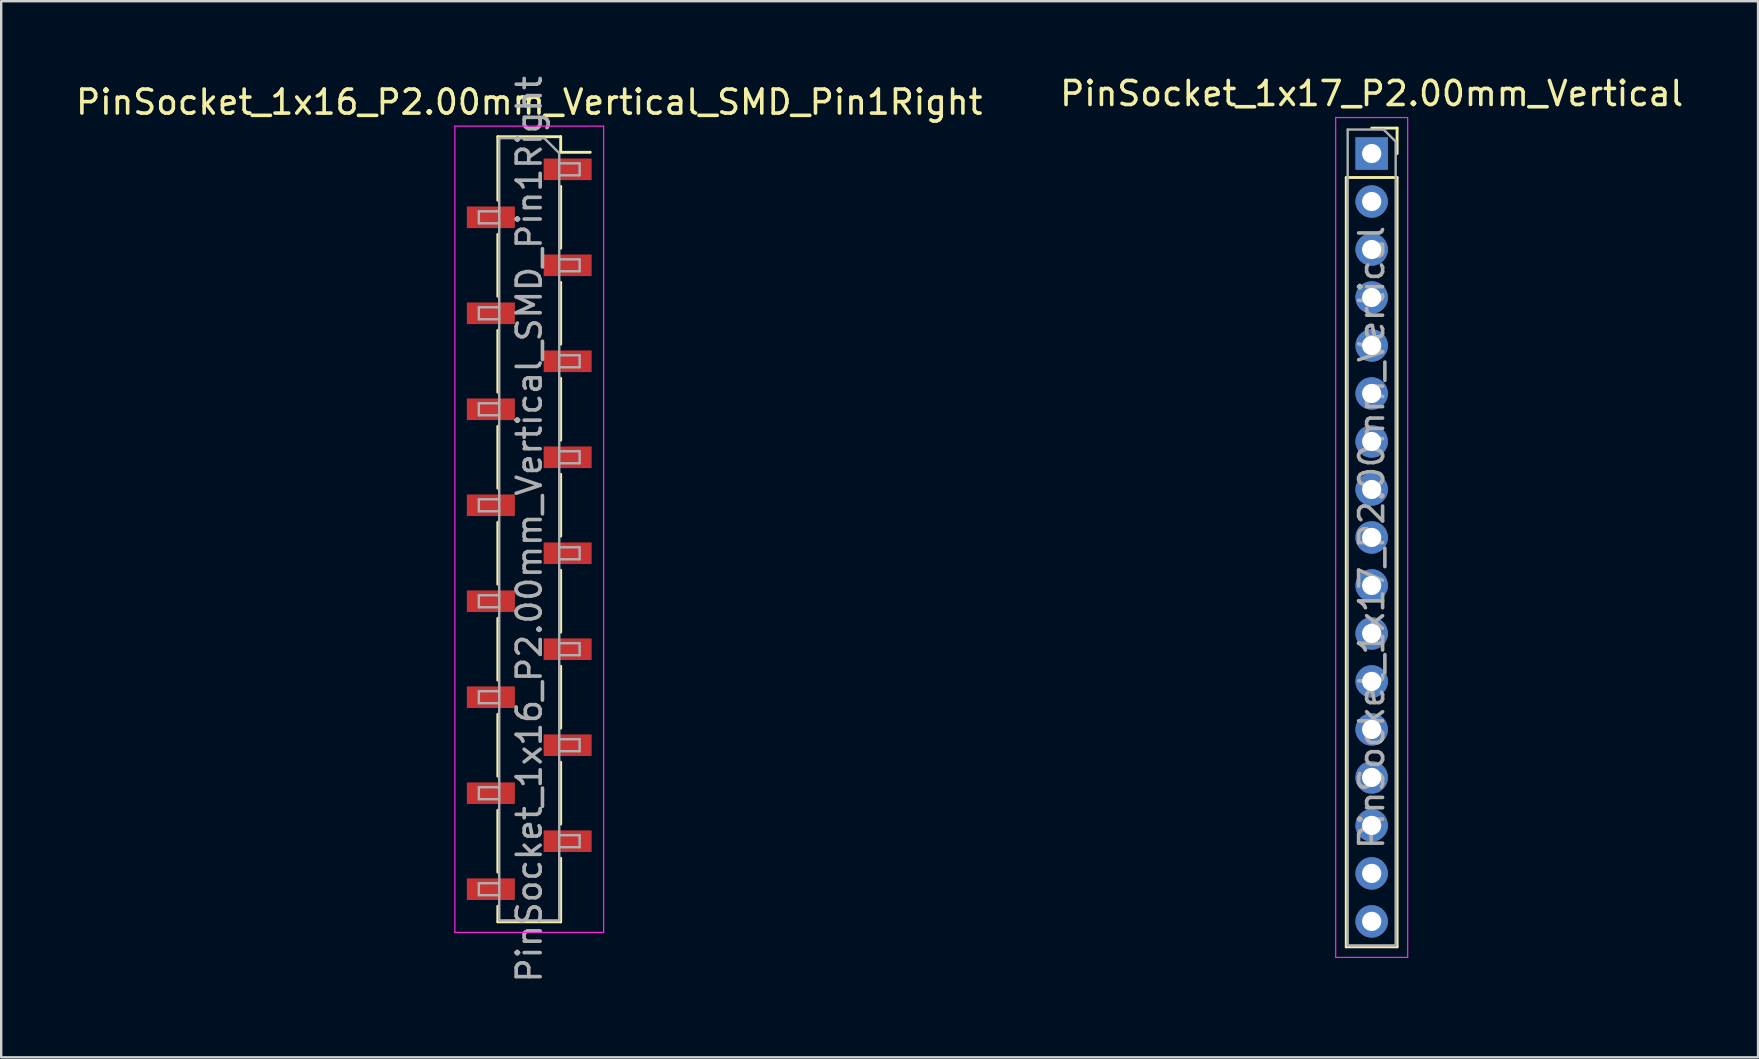
<source format=kicad_pcb>
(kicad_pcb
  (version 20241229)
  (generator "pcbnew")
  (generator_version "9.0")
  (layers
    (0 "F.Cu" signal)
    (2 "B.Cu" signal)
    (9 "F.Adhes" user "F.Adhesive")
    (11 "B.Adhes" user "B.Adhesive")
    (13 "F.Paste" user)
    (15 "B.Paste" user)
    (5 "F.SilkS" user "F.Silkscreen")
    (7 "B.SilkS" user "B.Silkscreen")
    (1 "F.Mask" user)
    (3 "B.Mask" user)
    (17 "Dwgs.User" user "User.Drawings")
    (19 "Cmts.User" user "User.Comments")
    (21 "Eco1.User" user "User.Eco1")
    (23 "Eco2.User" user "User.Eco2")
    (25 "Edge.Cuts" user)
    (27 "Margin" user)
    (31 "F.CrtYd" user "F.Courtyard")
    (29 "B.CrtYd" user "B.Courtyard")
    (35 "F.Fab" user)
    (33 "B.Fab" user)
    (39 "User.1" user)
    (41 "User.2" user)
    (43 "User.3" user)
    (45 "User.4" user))
  (footprint "PinSocket_1x17_P2.00mm_Vertical"
    (layer "F.Cu")
    (at 54.113 3.348)
    (property "Reference" "PinSocket_1x17_P2.00mm_Vertical" (at 0 -2.5 0) (layer "F.SilkS") (effects (font (size 1 1) (thickness 0.15))))
    (attr through_hole)
    (fp_line (start -1.06 1) (end -1.06 33.06) (stroke (width 0.12) (type solid)) (layer "F.SilkS"))
    (fp_line (start -1.06 1) (end 1.06 1) (stroke (width 0.12) (type solid)) (layer "F.SilkS"))
    (fp_line (start -1.06 33.06) (end 1.06 33.06) (stroke (width 0.12) (type solid)) (layer "F.SilkS"))
    (fp_line (start 0 -1.06) (end 1.06 -1.06) (stroke (width 0.12) (type solid)) (layer "F.SilkS"))
    (fp_line (start 1.06 -1.06) (end 1.06 0) (stroke (width 0.12) (type solid)) (layer "F.SilkS"))
    (fp_line (start 1.06 1) (end 1.06 33.06) (stroke (width 0.12) (type solid)) (layer "F.SilkS"))
    (fp_line (start -1.5 -1.5) (end 1.5 -1.5) (stroke (width 0.05) (type solid)) (layer "F.CrtYd"))
    (fp_line (start -1.5 33.5) (end -1.5 -1.5) (stroke (width 0.05) (type solid)) (layer "F.CrtYd"))
    (fp_line (start 1.5 -1.5) (end 1.5 33.5) (stroke (width 0.05) (type solid)) (layer "F.CrtYd"))
    (fp_line (start 1.5 33.5) (end -1.5 33.5) (stroke (width 0.05) (type solid)) (layer "F.CrtYd"))
    (fp_line (start -1 -1) (end 0.5 -1) (stroke (width 0.1) (type solid)) (layer "F.Fab"))
    (fp_line (start -1 33) (end -1 -1) (stroke (width 0.1) (type solid)) (layer "F.Fab"))
    (fp_line (start 0.5 -1) (end 1 -0.5) (stroke (width 0.1) (type solid)) (layer "F.Fab"))
    (fp_line (start 1 -0.5) (end 1 33) (stroke (width 0.1) (type solid)) (layer "F.Fab"))
    (fp_line (start 1 33) (end -1 33) (stroke (width 0.1) (type solid)) (layer "F.Fab"))
    (fp_text user "${REFERENCE}" (at 0 16 90) (layer "F.Fab") (effects (font (size 1 1) (thickness 0.15))))
    (pad "1" thru_hole rect (at 0 0) (size 1.35 1.35) (drill 0.8) (layers "*.Cu" "*.Mask"))
    (pad "2" thru_hole oval (at 0 2) (size 1.35 1.35) (drill 0.8) (layers "*.Cu" "*.Mask"))
    (pad "3" thru_hole oval (at 0 4) (size 1.35 1.35) (drill 0.8) (layers "*.Cu" "*.Mask"))
    (pad "4" thru_hole oval (at 0 6) (size 1.35 1.35) (drill 0.8) (layers "*.Cu" "*.Mask"))
    (pad "5" thru_hole oval (at 0 8) (size 1.35 1.35) (drill 0.8) (layers "*.Cu" "*.Mask"))
    (pad "6" thru_hole oval (at 0 10) (size 1.35 1.35) (drill 0.8) (layers "*.Cu" "*.Mask"))
    (pad "7" thru_hole oval (at 0 12) (size 1.35 1.35) (drill 0.8) (layers "*.Cu" "*.Mask"))
    (pad "8" thru_hole oval (at 0 14) (size 1.35 1.35) (drill 0.8) (layers "*.Cu" "*.Mask"))
    (pad "9" thru_hole oval (at 0 16) (size 1.35 1.35) (drill 0.8) (layers "*.Cu" "*.Mask"))
    (pad "10" thru_hole oval (at 0 18) (size 1.35 1.35) (drill 0.8) (layers "*.Cu" "*.Mask"))
    (pad "11" thru_hole oval (at 0 20) (size 1.35 1.35) (drill 0.8) (layers "*.Cu" "*.Mask"))
    (pad "12" thru_hole oval (at 0 22) (size 1.35 1.35) (drill 0.8) (layers "*.Cu" "*.Mask"))
    (pad "13" thru_hole oval (at 0 24) (size 1.35 1.35) (drill 0.8) (layers "*.Cu" "*.Mask"))
    (pad "14" thru_hole oval (at 0 26) (size 1.35 1.35) (drill 0.8) (layers "*.Cu" "*.Mask"))
    (pad "15" thru_hole oval (at 0 28) (size 1.35 1.35) (drill 0.8) (layers "*.Cu" "*.Mask"))
    (pad "16" thru_hole oval (at 0 30) (size 1.35 1.35) (drill 0.8) (layers "*.Cu" "*.Mask"))
    (pad "17" thru_hole oval (at 0 32) (size 1.35 1.35) (drill 0.8) (layers "*.Cu" "*.Mask")))
  (footprint "PinSocket_1x16_P2.00mm_Vertical_SMD_Pin1Right"
    (layer "F.Cu")
    (at 19.006 19.006)
    (property "Reference" "PinSocket_1x16_P2.00mm_Vertical_SMD_Pin1Right" (at 0 -17.8 0) (layer "F.SilkS") (effects (font (size 1 1) (thickness 0.15))))
    (attr smd)
    (fp_line (start -1.31 -16.36) (end -1.31 -13.71) (stroke (width 0.12) (type solid)) (layer "F.SilkS"))
    (fp_line (start -1.31 -16.36) (end 1.31 -16.36) (stroke (width 0.12) (type solid)) (layer "F.SilkS"))
    (fp_line (start -1.31 -12.29) (end -1.31 -9.71) (stroke (width 0.12) (type solid)) (layer "F.SilkS"))
    (fp_line (start -1.31 -8.29) (end -1.31 -5.71) (stroke (width 0.12) (type solid)) (layer "F.SilkS"))
    (fp_line (start -1.31 -4.29) (end -1.31 -1.71) (stroke (width 0.12) (type solid)) (layer "F.SilkS"))
    (fp_line (start -1.31 -0.29) (end -1.31 2.29) (stroke (width 0.12) (type solid)) (layer "F.SilkS"))
    (fp_line (start -1.31 3.71) (end -1.31 6.29) (stroke (width 0.12) (type solid)) (layer "F.SilkS"))
    (fp_line (start -1.31 7.71) (end -1.31 10.29) (stroke (width 0.12) (type solid)) (layer "F.SilkS"))
    (fp_line (start -1.31 11.71) (end -1.31 14.29) (stroke (width 0.12) (type solid)) (layer "F.SilkS"))
    (fp_line (start -1.31 15.71) (end -1.31 16.36) (stroke (width 0.12) (type solid)) (layer "F.SilkS"))
    (fp_line (start -1.31 16.36) (end 1.31 16.36) (stroke (width 0.12) (type solid)) (layer "F.SilkS"))
    (fp_line (start 1.31 -16.36) (end 1.31 -15.71) (stroke (width 0.12) (type solid)) (layer "F.SilkS"))
    (fp_line (start 1.31 -15.71) (end 2.54 -15.71) (stroke (width 0.12) (type solid)) (layer "F.SilkS"))
    (fp_line (start 1.31 -14.29) (end 1.31 -11.71) (stroke (width 0.12) (type solid)) (layer "F.SilkS"))
    (fp_line (start 1.31 -10.29) (end 1.31 -7.71) (stroke (width 0.12) (type solid)) (layer "F.SilkS"))
    (fp_line (start 1.31 -6.29) (end 1.31 -3.71) (stroke (width 0.12) (type solid)) (layer "F.SilkS"))
    (fp_line (start 1.31 -2.29) (end 1.31 0.29) (stroke (width 0.12) (type solid)) (layer "F.SilkS"))
    (fp_line (start 1.31 1.71) (end 1.31 4.29) (stroke (width 0.12) (type solid)) (layer "F.SilkS"))
    (fp_line (start 1.31 5.71) (end 1.31 8.29) (stroke (width 0.12) (type solid)) (layer "F.SilkS"))
    (fp_line (start 1.31 9.71) (end 1.31 12.29) (stroke (width 0.12) (type solid)) (layer "F.SilkS"))
    (fp_line (start 1.31 13.71) (end 1.31 16.36) (stroke (width 0.12) (type solid)) (layer "F.SilkS"))
    (fp_line (start -3.1 -16.8) (end 3.1 -16.8) (stroke (width 0.05) (type solid)) (layer "F.CrtYd"))
    (fp_line (start -3.1 16.8) (end -3.1 -16.8) (stroke (width 0.05) (type solid)) (layer "F.CrtYd"))
    (fp_line (start 3.1 -16.8) (end 3.1 16.8) (stroke (width 0.05) (type solid)) (layer "F.CrtYd"))
    (fp_line (start 3.1 16.8) (end -3.1 16.8) (stroke (width 0.05) (type solid)) (layer "F.CrtYd"))
    (fp_line (start -2.1 -13.25) (end -1.25 -13.25) (stroke (width 0.1) (type solid)) (layer "F.Fab"))
    (fp_line (start -2.1 -12.75) (end -2.1 -13.25) (stroke (width 0.1) (type solid)) (layer "F.Fab"))
    (fp_line (start -2.1 -9.25) (end -1.25 -9.25) (stroke (width 0.1) (type solid)) (layer "F.Fab"))
    (fp_line (start -2.1 -8.75) (end -2.1 -9.25) (stroke (width 0.1) (type solid)) (layer "F.Fab"))
    (fp_line (start -2.1 -5.25) (end -1.25 -5.25) (stroke (width 0.1) (type solid)) (layer "F.Fab"))
    (fp_line (start -2.1 -4.75) (end -2.1 -5.25) (stroke (width 0.1) (type solid)) (layer "F.Fab"))
    (fp_line (start -2.1 -1.25) (end -1.25 -1.25) (stroke (width 0.1) (type solid)) (layer "F.Fab"))
    (fp_line (start -2.1 -0.75) (end -2.1 -1.25) (stroke (width 0.1) (type solid)) (layer "F.Fab"))
    (fp_line (start -2.1 2.75) (end -1.25 2.75) (stroke (width 0.1) (type solid)) (layer "F.Fab"))
    (fp_line (start -2.1 3.25) (end -2.1 2.75) (stroke (width 0.1) (type solid)) (layer "F.Fab"))
    (fp_line (start -2.1 6.75) (end -1.25 6.75) (stroke (width 0.1) (type solid)) (layer "F.Fab"))
    (fp_line (start -2.1 7.25) (end -2.1 6.75) (stroke (width 0.1) (type solid)) (layer "F.Fab"))
    (fp_line (start -2.1 10.75) (end -1.25 10.75) (stroke (width 0.1) (type solid)) (layer "F.Fab"))
    (fp_line (start -2.1 11.25) (end -2.1 10.75) (stroke (width 0.1) (type solid)) (layer "F.Fab"))
    (fp_line (start -2.1 14.75) (end -1.25 14.75) (stroke (width 0.1) (type solid)) (layer "F.Fab"))
    (fp_line (start -2.1 15.25) (end -2.1 14.75) (stroke (width 0.1) (type solid)) (layer "F.Fab"))
    (fp_line (start -1.25 -16.3) (end 0.625 -16.3) (stroke (width 0.1) (type solid)) (layer "F.Fab"))
    (fp_line (start -1.25 -12.75) (end -2.1 -12.75) (stroke (width 0.1) (type solid)) (layer "F.Fab"))
    (fp_line (start -1.25 -8.75) (end -2.1 -8.75) (stroke (width 0.1) (type solid)) (layer "F.Fab"))
    (fp_line (start -1.25 -4.75) (end -2.1 -4.75) (stroke (width 0.1) (type solid)) (layer "F.Fab"))
    (fp_line (start -1.25 -0.75) (end -2.1 -0.75) (stroke (width 0.1) (type solid)) (layer "F.Fab"))
    (fp_line (start -1.25 3.25) (end -2.1 3.25) (stroke (width 0.1) (type solid)) (layer "F.Fab"))
    (fp_line (start -1.25 7.25) (end -2.1 7.25) (stroke (width 0.1) (type solid)) (layer "F.Fab"))
    (fp_line (start -1.25 11.25) (end -2.1 11.25) (stroke (width 0.1) (type solid)) (layer "F.Fab"))
    (fp_line (start -1.25 15.25) (end -2.1 15.25) (stroke (width 0.1) (type solid)) (layer "F.Fab"))
    (fp_line (start -1.25 16.3) (end -1.25 -16.3) (stroke (width 0.1) (type solid)) (layer "F.Fab"))
    (fp_line (start 0.625 -16.3) (end 1.25 -15.675) (stroke (width 0.1) (type solid)) (layer "F.Fab"))
    (fp_line (start 1.25 -15.675) (end 1.25 16.3) (stroke (width 0.1) (type solid)) (layer "F.Fab"))
    (fp_line (start 1.25 -15.25) (end 2.1 -15.25) (stroke (width 0.1) (type solid)) (layer "F.Fab"))
    (fp_line (start 1.25 -11.25) (end 2.1 -11.25) (stroke (width 0.1) (type solid)) (layer "F.Fab"))
    (fp_line (start 1.25 -7.25) (end 2.1 -7.25) (stroke (width 0.1) (type solid)) (layer "F.Fab"))
    (fp_line (start 1.25 -3.25) (end 2.1 -3.25) (stroke (width 0.1) (type solid)) (layer "F.Fab"))
    (fp_line (start 1.25 0.75) (end 2.1 0.75) (stroke (width 0.1) (type solid)) (layer "F.Fab"))
    (fp_line (start 1.25 4.75) (end 2.1 4.75) (stroke (width 0.1) (type solid)) (layer "F.Fab"))
    (fp_line (start 1.25 8.75) (end 2.1 8.75) (stroke (width 0.1) (type solid)) (layer "F.Fab"))
    (fp_line (start 1.25 12.75) (end 2.1 12.75) (stroke (width 0.1) (type solid)) (layer "F.Fab"))
    (fp_line (start 1.25 16.3) (end -1.25 16.3) (stroke (width 0.1) (type solid)) (layer "F.Fab"))
    (fp_line (start 2.1 -15.25) (end 2.1 -14.75) (stroke (width 0.1) (type solid)) (layer "F.Fab"))
    (fp_line (start 2.1 -14.75) (end 1.25 -14.75) (stroke (width 0.1) (type solid)) (layer "F.Fab"))
    (fp_line (start 2.1 -11.25) (end 2.1 -10.75) (stroke (width 0.1) (type solid)) (layer "F.Fab"))
    (fp_line (start 2.1 -10.75) (end 1.25 -10.75) (stroke (width 0.1) (type solid)) (layer "F.Fab"))
    (fp_line (start 2.1 -7.25) (end 2.1 -6.75) (stroke (width 0.1) (type solid)) (layer "F.Fab"))
    (fp_line (start 2.1 -6.75) (end 1.25 -6.75) (stroke (width 0.1) (type solid)) (layer "F.Fab"))
    (fp_line (start 2.1 -3.25) (end 2.1 -2.75) (stroke (width 0.1) (type solid)) (layer "F.Fab"))
    (fp_line (start 2.1 -2.75) (end 1.25 -2.75) (stroke (width 0.1) (type solid)) (layer "F.Fab"))
    (fp_line (start 2.1 0.75) (end 2.1 1.25) (stroke (width 0.1) (type solid)) (layer "F.Fab"))
    (fp_line (start 2.1 1.25) (end 1.25 1.25) (stroke (width 0.1) (type solid)) (layer "F.Fab"))
    (fp_line (start 2.1 4.75) (end 2.1 5.25) (stroke (width 0.1) (type solid)) (layer "F.Fab"))
    (fp_line (start 2.1 5.25) (end 1.25 5.25) (stroke (width 0.1) (type solid)) (layer "F.Fab"))
    (fp_line (start 2.1 8.75) (end 2.1 9.25) (stroke (width 0.1) (type solid)) (layer "F.Fab"))
    (fp_line (start 2.1 9.25) (end 1.25 9.25) (stroke (width 0.1) (type solid)) (layer "F.Fab"))
    (fp_line (start 2.1 12.75) (end 2.1 13.25) (stroke (width 0.1) (type solid)) (layer "F.Fab"))
    (fp_line (start 2.1 13.25) (end 1.25 13.25) (stroke (width 0.1) (type solid)) (layer "F.Fab"))
    (fp_text user "${REFERENCE}" (at 0 0 90) (layer "F.Fab") (effects (font (size 1 1) (thickness 0.15))))
    (pad "1" smd rect (at 1.6 -15) (size 2 0.9) (layers "F.Cu" "F.Mask" "F.Paste"))
    (pad "2" smd rect (at -1.6 -13) (size 2 0.9) (layers "F.Cu" "F.Mask" "F.Paste"))
    (pad "3" smd rect (at 1.6 -11) (size 2 0.9) (layers "F.Cu" "F.Mask" "F.Paste"))
    (pad "4" smd rect (at -1.6 -9) (size 2 0.9) (layers "F.Cu" "F.Mask" "F.Paste"))
    (pad "5" smd rect (at 1.6 -7) (size 2 0.9) (layers "F.Cu" "F.Mask" "F.Paste"))
    (pad "6" smd rect (at -1.6 -5) (size 2 0.9) (layers "F.Cu" "F.Mask" "F.Paste"))
    (pad "7" smd rect (at 1.6 -3) (size 2 0.9) (layers "F.Cu" "F.Mask" "F.Paste"))
    (pad "8" smd rect (at -1.6 -1) (size 2 0.9) (layers "F.Cu" "F.Mask" "F.Paste"))
    (pad "9" smd rect (at 1.6 1) (size 2 0.9) (layers "F.Cu" "F.Mask" "F.Paste"))
    (pad "10" smd rect (at -1.6 3) (size 2 0.9) (layers "F.Cu" "F.Mask" "F.Paste"))
    (pad "11" smd rect (at 1.6 5) (size 2 0.9) (layers "F.Cu" "F.Mask" "F.Paste"))
    (pad "12" smd rect (at -1.6 7) (size 2 0.9) (layers "F.Cu" "F.Mask" "F.Paste"))
    (pad "13" smd rect (at 1.6 9) (size 2 0.9) (layers "F.Cu" "F.Mask" "F.Paste"))
    (pad "14" smd rect (at -1.6 11) (size 2 0.9) (layers "F.Cu" "F.Mask" "F.Paste"))
    (pad "15" smd rect (at 1.6 13) (size 2 0.9) (layers "F.Cu" "F.Mask" "F.Paste"))
    (pad "16" smd rect (at -1.6 15) (size 2 0.9) (layers "F.Cu" "F.Mask" "F.Paste")))
  (gr_rect
    (start -3 -3)
    (end 70.214 41.012)
    (stroke (width 0.1) (type default))
    (fill no)
    (layer "Edge.Cuts")))
</source>
